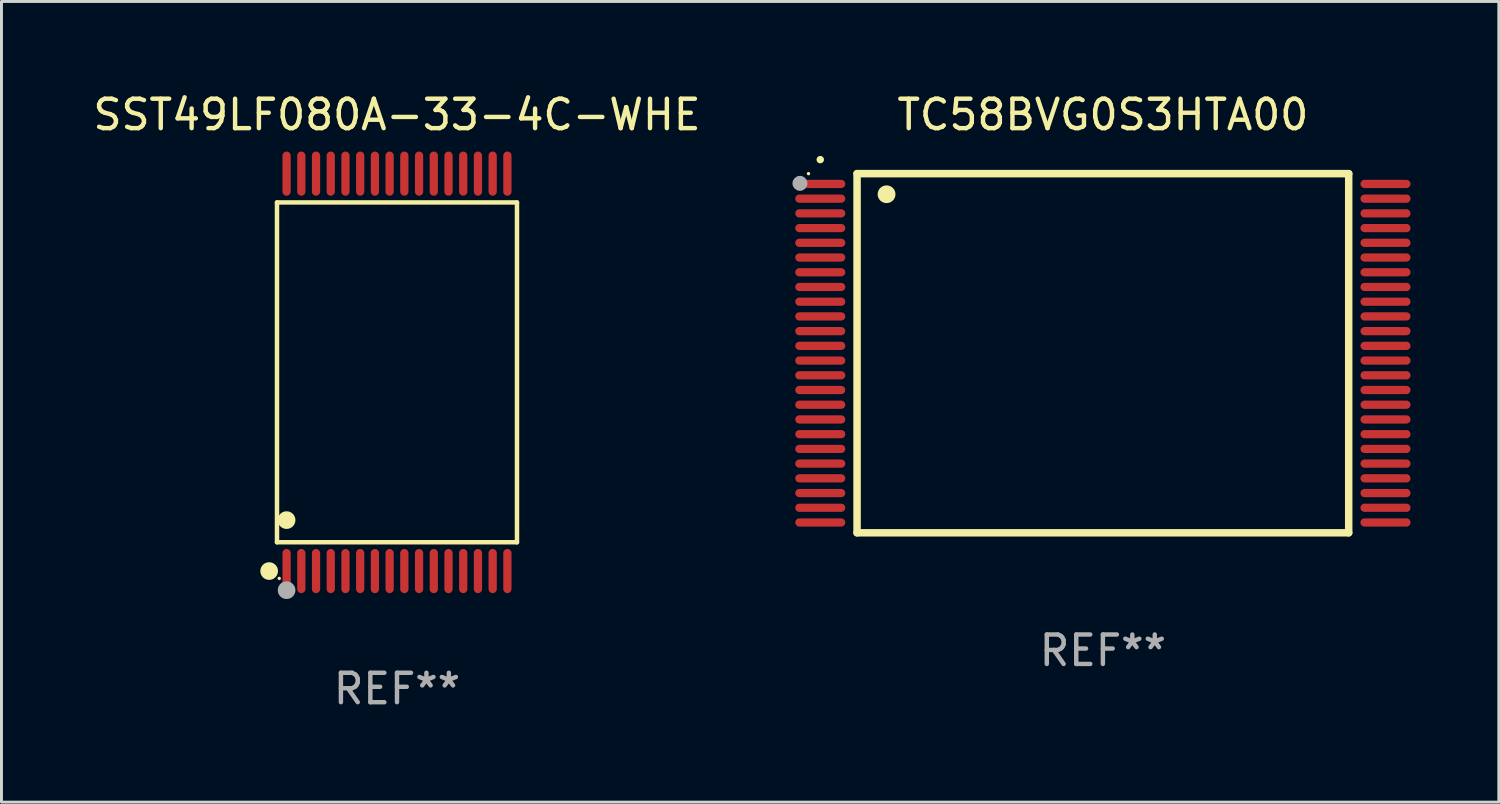
<source format=kicad_pcb>
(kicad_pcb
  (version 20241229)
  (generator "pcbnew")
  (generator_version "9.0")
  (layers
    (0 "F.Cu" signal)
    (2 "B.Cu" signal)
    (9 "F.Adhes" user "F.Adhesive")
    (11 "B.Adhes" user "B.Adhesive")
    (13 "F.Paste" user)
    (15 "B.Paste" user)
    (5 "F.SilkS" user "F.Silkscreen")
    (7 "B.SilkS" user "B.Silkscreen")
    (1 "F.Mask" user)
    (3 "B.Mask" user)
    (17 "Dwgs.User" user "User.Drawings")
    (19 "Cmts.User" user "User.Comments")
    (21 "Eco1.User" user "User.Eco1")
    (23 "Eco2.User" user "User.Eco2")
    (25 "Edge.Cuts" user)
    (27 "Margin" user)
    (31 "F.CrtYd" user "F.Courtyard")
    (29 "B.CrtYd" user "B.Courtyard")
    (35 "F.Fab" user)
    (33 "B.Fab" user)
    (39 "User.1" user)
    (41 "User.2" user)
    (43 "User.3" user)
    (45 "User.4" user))
  (footprint "SST49LF080A-33-4C-WHE"
    (layer "F.Cu")
    (at 10.435 9.598)
    (property "Reference" "SST49LF080A-33-4C-WHE" (at 0 -8.75 0) (layer "F.SilkS") (effects (font (size 1 1) (thickness 0.15))))
    (attr through_hole)
    (fp_line (start -4.076 -5.771) (end 4.076 -5.771) (stroke (width 0.152) (type solid)) (layer "F.SilkS"))
    (fp_line (start -4.076 5.771) (end -4.076 -5.771) (stroke (width 0.152) (type solid)) (layer "F.SilkS"))
    (fp_line (start 4.076 -5.771) (end 4.076 5.771) (stroke (width 0.152) (type solid)) (layer "F.SilkS"))
    (fp_line (start 4.076 5.771) (end -4.076 5.771) (stroke (width 0.152) (type solid)) (layer "F.SilkS"))
    (fp_circle (center -4.342 6.75) (end -4.192 6.75) (stroke (width 0.3) (type solid)) (fill no) (layer "F.SilkS"))
    (fp_circle (center -4 7) (end -3.97 7) (stroke (width 0.06) (type solid)) (fill no) (layer "F.SilkS"))
    (fp_circle (center -3.75 5.019) (end -3.6 5.019) (stroke (width 0.3) (type solid)) (fill no) (layer "F.SilkS"))
    (fp_circle (center -3.75 7.4) (end -3.6 7.4) (stroke (width 0.3) (type solid)) (fill no) (layer "F.Fab"))
    (fp_text user "REF**" (at 0 10.75 0) (layer "F.Fab") (effects (font (size 1 1) (thickness 0.15))))
    (pad "1" smd oval (at -3.75 6.75) (size 0.28 1.5) (layers "F.Cu" "F.Mask" "F.Paste"))
    (pad "2" smd oval (at -3.25 6.75) (size 0.28 1.5) (layers "F.Cu" "F.Mask" "F.Paste"))
    (pad "3" smd oval (at -2.75 6.75) (size 0.28 1.5) (layers "F.Cu" "F.Mask" "F.Paste"))
    (pad "4" smd oval (at -2.25 6.75) (size 0.28 1.5) (layers "F.Cu" "F.Mask" "F.Paste"))
    (pad "5" smd oval (at -1.75 6.75) (size 0.28 1.5) (layers "F.Cu" "F.Mask" "F.Paste"))
    (pad "6" smd oval (at -1.25 6.75) (size 0.28 1.5) (layers "F.Cu" "F.Mask" "F.Paste"))
    (pad "7" smd oval (at -0.75 6.75) (size 0.28 1.5) (layers "F.Cu" "F.Mask" "F.Paste"))
    (pad "8" smd oval (at -0.25 6.75) (size 0.28 1.5) (layers "F.Cu" "F.Mask" "F.Paste"))
    (pad "9" smd oval (at 0.25 6.75) (size 0.28 1.5) (layers "F.Cu" "F.Mask" "F.Paste"))
    (pad "10" smd oval (at 0.75 6.75) (size 0.28 1.5) (layers "F.Cu" "F.Mask" "F.Paste"))
    (pad "11" smd oval (at 1.25 6.75) (size 0.28 1.5) (layers "F.Cu" "F.Mask" "F.Paste"))
    (pad "12" smd oval (at 1.75 6.75) (size 0.28 1.5) (layers "F.Cu" "F.Mask" "F.Paste"))
    (pad "13" smd oval (at 2.25 6.75) (size 0.28 1.5) (layers "F.Cu" "F.Mask" "F.Paste"))
    (pad "14" smd oval (at 2.75 6.75) (size 0.28 1.5) (layers "F.Cu" "F.Mask" "F.Paste"))
    (pad "15" smd oval (at 3.25 6.75) (size 0.28 1.5) (layers "F.Cu" "F.Mask" "F.Paste"))
    (pad "16" smd oval (at 3.75 6.75) (size 0.28 1.5) (layers "F.Cu" "F.Mask" "F.Paste"))
    (pad "17" smd oval (at 3.75 -6.75) (size 0.28 1.5) (layers "F.Cu" "F.Mask" "F.Paste"))
    (pad "18" smd oval (at 3.25 -6.75) (size 0.28 1.5) (layers "F.Cu" "F.Mask" "F.Paste"))
    (pad "19" smd oval (at 2.75 -6.75) (size 0.28 1.5) (layers "F.Cu" "F.Mask" "F.Paste"))
    (pad "20" smd oval (at 2.25 -6.75) (size 0.28 1.5) (layers "F.Cu" "F.Mask" "F.Paste"))
    (pad "21" smd oval (at 1.75 -6.75) (size 0.28 1.5) (layers "F.Cu" "F.Mask" "F.Paste"))
    (pad "22" smd oval (at 1.25 -6.75) (size 0.28 1.5) (layers "F.Cu" "F.Mask" "F.Paste"))
    (pad "23" smd oval (at 0.75 -6.75) (size 0.28 1.5) (layers "F.Cu" "F.Mask" "F.Paste"))
    (pad "24" smd oval (at 0.25 -6.75) (size 0.28 1.5) (layers "F.Cu" "F.Mask" "F.Paste"))
    (pad "25" smd oval (at -0.25 -6.75) (size 0.28 1.5) (layers "F.Cu" "F.Mask" "F.Paste"))
    (pad "26" smd oval (at -0.75 -6.75) (size 0.28 1.5) (layers "F.Cu" "F.Mask" "F.Paste"))
    (pad "27" smd oval (at -1.25 -6.75) (size 0.28 1.5) (layers "F.Cu" "F.Mask" "F.Paste"))
    (pad "28" smd oval (at -1.75 -6.75) (size 0.28 1.5) (layers "F.Cu" "F.Mask" "F.Paste"))
    (pad "29" smd oval (at -2.25 -6.75) (size 0.28 1.5) (layers "F.Cu" "F.Mask" "F.Paste"))
    (pad "30" smd oval (at -2.75 -6.75) (size 0.28 1.5) (layers "F.Cu" "F.Mask" "F.Paste"))
    (pad "31" smd oval (at -3.25 -6.75) (size 0.28 1.5) (layers "F.Cu" "F.Mask" "F.Paste"))
    (pad "32" smd oval (at -3.75 -6.75) (size 0.28 1.5) (layers "F.Cu" "F.Mask" "F.Paste")))
  (footprint "TC58BVG0S3HTA00"
    (layer "F.Cu")
    (at 34.413 8.948)
    (property "Reference" "TC58BVG0S3HTA00" (at 0 -8.1 0) (layer "F.SilkS") (effects (font (size 1 1) (thickness 0.15))))
    (attr through_hole)
    (fp_line (start -8.35 -6.1) (end 8.35 -6.1) (stroke (width 0.254) (type solid)) (layer "F.SilkS"))
    (fp_line (start -8.35 6.1) (end -8.35 -6.1) (stroke (width 0.254) (type solid)) (layer "F.SilkS"))
    (fp_line (start 8.35 -6.1) (end 8.35 6.1) (stroke (width 0.254) (type solid)) (layer "F.SilkS"))
    (fp_line (start 8.35 6.1) (end -8.35 6.1) (stroke (width 0.254) (type solid)) (layer "F.SilkS"))
    (fp_arc (start -9.601219 -6.57606) (mid -9.599949 -6.576066) (end -9.598679 -6.57606) (stroke (width 0.25) (type solid)) (layer "F.SilkS"))
    (fp_arc (start -7.350775 -5.400038) (mid -7.348235 -5.400049) (end -7.345695 -5.400038) (stroke (width 0.6) (type solid)) (layer "F.SilkS"))
    (fp_circle (center -10 -6.1) (end -9.97 -6.1) (stroke (width 0.06) (type solid)) (fill no) (layer "F.SilkS"))
    (fp_circle (center -10.29 -5.77) (end -10.163 -5.77) (stroke (width 0.254) (type solid)) (fill no) (layer "F.Fab"))
    (fp_text user "REF**" (at 0 10.1 0) (layer "F.Fab") (effects (font (size 1 1) (thickness 0.15))))
    (pad "1" smd oval (at -9.6 -5.75 90) (size 0.28 1.7) (layers "F.Cu" "F.Mask" "F.Paste"))
    (pad "2" smd oval (at -9.6 -5.25 90) (size 0.28 1.7) (layers "F.Cu" "F.Mask" "F.Paste"))
    (pad "3" smd oval (at -9.6 -4.75 90) (size 0.28 1.7) (layers "F.Cu" "F.Mask" "F.Paste"))
    (pad "4" smd oval (at -9.6 -4.25 90) (size 0.28 1.7) (layers "F.Cu" "F.Mask" "F.Paste"))
    (pad "5" smd oval (at -9.6 -3.75 90) (size 0.28 1.7) (layers "F.Cu" "F.Mask" "F.Paste"))
    (pad "6" smd oval (at -9.6 -3.25 90) (size 0.28 1.7) (layers "F.Cu" "F.Mask" "F.Paste"))
    (pad "7" smd oval (at -9.6 -2.75 90) (size 0.28 1.7) (layers "F.Cu" "F.Mask" "F.Paste"))
    (pad "8" smd oval (at -9.6 -2.25 90) (size 0.28 1.7) (layers "F.Cu" "F.Mask" "F.Paste"))
    (pad "9" smd oval (at -9.6 -1.75 90) (size 0.28 1.7) (layers "F.Cu" "F.Mask" "F.Paste"))
    (pad "10" smd oval (at -9.6 -1.25 90) (size 0.28 1.7) (layers "F.Cu" "F.Mask" "F.Paste"))
    (pad "11" smd oval (at -9.6 -0.75 90) (size 0.28 1.7) (layers "F.Cu" "F.Mask" "F.Paste"))
    (pad "12" smd oval (at -9.6 -0.25 90) (size 0.28 1.7) (layers "F.Cu" "F.Mask" "F.Paste"))
    (pad "13" smd oval (at -9.6 0.25 90) (size 0.28 1.7) (layers "F.Cu" "F.Mask" "F.Paste"))
    (pad "14" smd oval (at -9.6 0.75 90) (size 0.28 1.7) (layers "F.Cu" "F.Mask" "F.Paste"))
    (pad "15" smd oval (at -9.6 1.25 90) (size 0.28 1.7) (layers "F.Cu" "F.Mask" "F.Paste"))
    (pad "16" smd oval (at -9.6 1.75 90) (size 0.28 1.7) (layers "F.Cu" "F.Mask" "F.Paste"))
    (pad "17" smd oval (at -9.6 2.25 90) (size 0.28 1.7) (layers "F.Cu" "F.Mask" "F.Paste"))
    (pad "18" smd oval (at -9.6 2.75 90) (size 0.28 1.7) (layers "F.Cu" "F.Mask" "F.Paste"))
    (pad "19" smd oval (at -9.6 3.25 90) (size 0.28 1.7) (layers "F.Cu" "F.Mask" "F.Paste"))
    (pad "20" smd oval (at -9.6 3.75 90) (size 0.28 1.7) (layers "F.Cu" "F.Mask" "F.Paste"))
    (pad "21" smd oval (at -9.6 4.25 90) (size 0.28 1.7) (layers "F.Cu" "F.Mask" "F.Paste"))
    (pad "22" smd oval (at -9.6 4.75 90) (size 0.28 1.7) (layers "F.Cu" "F.Mask" "F.Paste"))
    (pad "23" smd oval (at -9.6 5.25 90) (size 0.28 1.7) (layers "F.Cu" "F.Mask" "F.Paste"))
    (pad "24" smd oval (at -9.6 5.75 90) (size 0.28 1.7) (layers "F.Cu" "F.Mask" "F.Paste"))
    (pad "25" smd oval (at 9.6 5.75 90) (size 0.28 1.7) (layers "F.Cu" "F.Mask" "F.Paste"))
    (pad "26" smd oval (at 9.6 5.25 90) (size 0.28 1.7) (layers "F.Cu" "F.Mask" "F.Paste"))
    (pad "27" smd oval (at 9.6 4.75 90) (size 0.28 1.7) (layers "F.Cu" "F.Mask" "F.Paste"))
    (pad "28" smd oval (at 9.6 4.25 90) (size 0.28 1.7) (layers "F.Cu" "F.Mask" "F.Paste"))
    (pad "29" smd oval (at 9.6 3.75 90) (size 0.28 1.7) (layers "F.Cu" "F.Mask" "F.Paste"))
    (pad "30" smd oval (at 9.6 3.25 90) (size 0.28 1.7) (layers "F.Cu" "F.Mask" "F.Paste"))
    (pad "31" smd oval (at 9.6 2.75 90) (size 0.28 1.7) (layers "F.Cu" "F.Mask" "F.Paste"))
    (pad "32" smd oval (at 9.6 2.25 90) (size 0.28 1.7) (layers "F.Cu" "F.Mask" "F.Paste"))
    (pad "33" smd oval (at 9.6 1.75 90) (size 0.28 1.7) (layers "F.Cu" "F.Mask" "F.Paste"))
    (pad "34" smd oval (at 9.6 1.25 90) (size 0.28 1.7) (layers "F.Cu" "F.Mask" "F.Paste"))
    (pad "35" smd oval (at 9.6 0.75 90) (size 0.28 1.7) (layers "F.Cu" "F.Mask" "F.Paste"))
    (pad "36" smd oval (at 9.6 0.25 90) (size 0.28 1.7) (layers "F.Cu" "F.Mask" "F.Paste"))
    (pad "37" smd oval (at 9.6 -0.25 90) (size 0.28 1.7) (layers "F.Cu" "F.Mask" "F.Paste"))
    (pad "38" smd oval (at 9.6 -0.75 90) (size 0.28 1.7) (layers "F.Cu" "F.Mask" "F.Paste"))
    (pad "39" smd oval (at 9.6 -1.25 90) (size 0.28 1.7) (layers "F.Cu" "F.Mask" "F.Paste"))
    (pad "40" smd oval (at 9.6 -1.75 90) (size 0.28 1.7) (layers "F.Cu" "F.Mask" "F.Paste"))
    (pad "41" smd oval (at 9.6 -2.25 90) (size 0.28 1.7) (layers "F.Cu" "F.Mask" "F.Paste"))
    (pad "42" smd oval (at 9.6 -2.75 90) (size 0.28 1.7) (layers "F.Cu" "F.Mask" "F.Paste"))
    (pad "43" smd oval (at 9.6 -3.25 90) (size 0.28 1.7) (layers "F.Cu" "F.Mask" "F.Paste"))
    (pad "44" smd oval (at 9.6 -3.75 90) (size 0.28 1.7) (layers "F.Cu" "F.Mask" "F.Paste"))
    (pad "45" smd oval (at 9.6 -4.25 90) (size 0.28 1.7) (layers "F.Cu" "F.Mask" "F.Paste"))
    (pad "46" smd oval (at 9.6 -4.75 90) (size 0.28 1.7) (layers "F.Cu" "F.Mask" "F.Paste"))
    (pad "47" smd oval (at 9.6 -5.25 90) (size 0.28 1.7) (layers "F.Cu" "F.Mask" "F.Paste"))
    (pad "48" smd oval (at 9.6 -5.75 90) (size 0.28 1.7) (layers "F.Cu" "F.Mask" "F.Paste")))
  (gr_rect
    (start -3 -3)
    (end 47.863 24.197)
    (stroke (width 0.1) (type default))
    (fill no)
    (layer "Edge.Cuts")))
</source>
